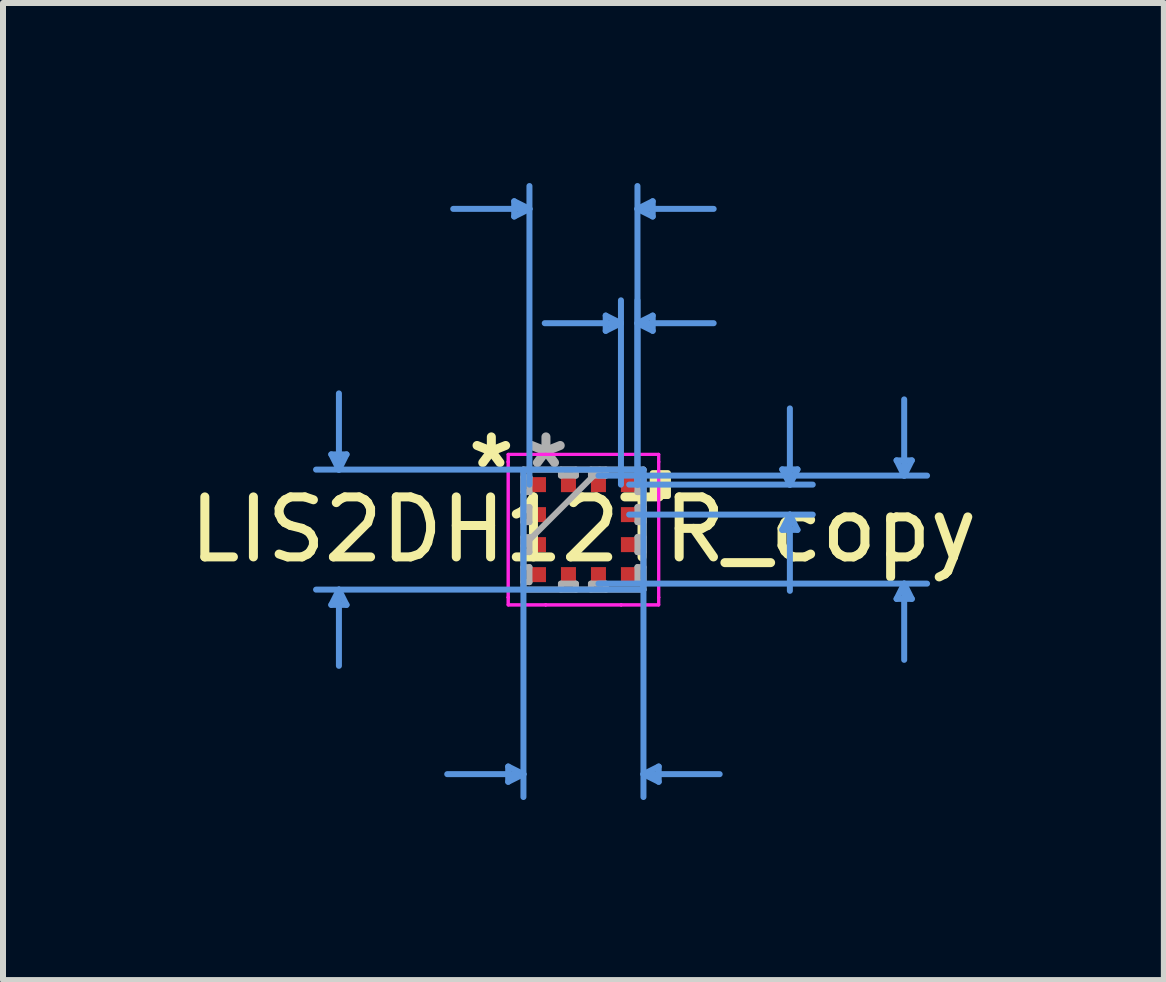
<source format=kicad_pcb>
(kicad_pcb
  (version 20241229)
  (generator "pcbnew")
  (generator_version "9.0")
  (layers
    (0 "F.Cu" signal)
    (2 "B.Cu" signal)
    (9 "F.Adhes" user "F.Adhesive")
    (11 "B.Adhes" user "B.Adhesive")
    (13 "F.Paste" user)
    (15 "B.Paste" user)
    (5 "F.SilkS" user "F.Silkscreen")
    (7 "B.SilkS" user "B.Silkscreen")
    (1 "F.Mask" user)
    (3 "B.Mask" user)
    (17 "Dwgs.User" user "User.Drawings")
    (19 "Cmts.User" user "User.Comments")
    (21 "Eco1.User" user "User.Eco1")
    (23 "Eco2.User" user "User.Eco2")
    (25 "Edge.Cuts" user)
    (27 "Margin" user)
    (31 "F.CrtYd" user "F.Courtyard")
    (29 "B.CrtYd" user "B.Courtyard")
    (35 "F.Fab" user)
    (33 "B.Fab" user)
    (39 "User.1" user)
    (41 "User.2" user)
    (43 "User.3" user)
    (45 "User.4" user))
  (footprint "LIS2DH12TR_copy"
    (layer "F.Cu")
    (at 6.673 5.776)
    (property "Reference" "LIS2DH12TR_copy" (at 0 0 0) (layer "F.SilkS") (effects (font (size 1 1) (thickness 0.15))))
    (attr through_hole)
    (fp_poly (pts (xy 1.408 -0.941) (xy 1.408 -0.56) (xy 1.154 -0.56) (xy 1.154 -0.941)) (stroke (width 0.1) (type solid)) (fill yes) (layer "F.SilkS"))
    (fp_line (start -4.202 -1.254) (end -3.948 -1.254) (stroke (width 0.1) (type solid)) (layer "Cmts.User"))
    (fp_line (start -4.202 1.254) (end -3.948 1.254) (stroke (width 0.1) (type solid)) (layer "Cmts.User"))
    (fp_line (start -4.075 -1) (end -4.202 -1.254) (stroke (width 0.1) (type solid)) (layer "Cmts.User"))
    (fp_line (start -4.075 -1) (end -4.075 -2.27) (stroke (width 0.1) (type solid)) (layer "Cmts.User"))
    (fp_line (start -4.075 -1) (end -3.948 -1.254) (stroke (width 0.1) (type solid)) (layer "Cmts.User"))
    (fp_line (start -4.075 1) (end -4.202 1.254) (stroke (width 0.1) (type solid)) (layer "Cmts.User"))
    (fp_line (start -4.075 1) (end -4.075 2.27) (stroke (width 0.1) (type solid)) (layer "Cmts.User"))
    (fp_line (start -4.075 1) (end -3.948 1.254) (stroke (width 0.1) (type solid)) (layer "Cmts.User"))
    (fp_line (start -1.254 3.948) (end -1.254 4.202) (stroke (width 0.1) (type solid)) (layer "Cmts.User"))
    (fp_line (start -1.154 -5.472) (end -1.154 -5.218) (stroke (width 0.1) (type solid)) (layer "Cmts.User"))
    (fp_line (start -1 -1) (end -1 4.456) (stroke (width 0.1) (type solid)) (layer "Cmts.User"))
    (fp_line (start -1 4.075) (end -2.27 4.075) (stroke (width 0.1) (type solid)) (layer "Cmts.User"))
    (fp_line (start -1 4.075) (end -1.254 3.948) (stroke (width 0.1) (type solid)) (layer "Cmts.User"))
    (fp_line (start -1 4.075) (end -1.254 4.202) (stroke (width 0.1) (type solid)) (layer "Cmts.User"))
    (fp_line (start -0.9 -5.345) (end -2.17 -5.345) (stroke (width 0.1) (type solid)) (layer "Cmts.User"))
    (fp_line (start -0.9 -5.345) (end -1.154 -5.472) (stroke (width 0.1) (type solid)) (layer "Cmts.User"))
    (fp_line (start -0.9 -5.345) (end -1.154 -5.218) (stroke (width 0.1) (type solid)) (layer "Cmts.User"))
    (fp_line (start -0.9 -0.75) (end -0.9 -5.726) (stroke (width 0.1) (type solid)) (layer "Cmts.User"))
    (fp_line (start 0.25 -0.9) (end 5.726 -0.9) (stroke (width 0.1) (type solid)) (layer "Cmts.User"))
    (fp_line (start 0.25 0.9) (end 5.726 0.9) (stroke (width 0.1) (type solid)) (layer "Cmts.User"))
    (fp_line (start 0.371 -3.567) (end 0.371 -3.313) (stroke (width 0.1) (type solid)) (layer "Cmts.User"))
    (fp_line (start 0.625 -3.44) (end -0.645 -3.44) (stroke (width 0.1) (type solid)) (layer "Cmts.User"))
    (fp_line (start 0.625 -3.44) (end 0.371 -3.567) (stroke (width 0.1) (type solid)) (layer "Cmts.User"))
    (fp_line (start 0.625 -3.44) (end 0.371 -3.313) (stroke (width 0.1) (type solid)) (layer "Cmts.User"))
    (fp_line (start 0.625 -0.75) (end 0.625 -3.821) (stroke (width 0.1) (type solid)) (layer "Cmts.User"))
    (fp_line (start 0.762 -0.75) (end 3.821 -0.75) (stroke (width 0.1) (type solid)) (layer "Cmts.User"))
    (fp_line (start 0.762 -0.25) (end 3.821 -0.25) (stroke (width 0.1) (type solid)) (layer "Cmts.User"))
    (fp_line (start 0.9 -5.345) (end 1.154 -5.472) (stroke (width 0.1) (type solid)) (layer "Cmts.User"))
    (fp_line (start 0.9 -5.345) (end 1.154 -5.218) (stroke (width 0.1) (type solid)) (layer "Cmts.User"))
    (fp_line (start 0.9 -5.345) (end 2.17 -5.345) (stroke (width 0.1) (type solid)) (layer "Cmts.User"))
    (fp_line (start 0.9 -3.44) (end 1.154 -3.567) (stroke (width 0.1) (type solid)) (layer "Cmts.User"))
    (fp_line (start 0.9 -3.44) (end 1.154 -3.313) (stroke (width 0.1) (type solid)) (layer "Cmts.User"))
    (fp_line (start 0.9 -3.44) (end 2.17 -3.44) (stroke (width 0.1) (type solid)) (layer "Cmts.User"))
    (fp_line (start 0.9 -0.75) (end 0.9 -5.726) (stroke (width 0.1) (type solid)) (layer "Cmts.User"))
    (fp_line (start 0.9 -0.75) (end 0.9 -3.821) (stroke (width 0.1) (type solid)) (layer "Cmts.User"))
    (fp_line (start 1 -1) (end -4.456 -1) (stroke (width 0.1) (type solid)) (layer "Cmts.User"))
    (fp_line (start 1 -1) (end 1 4.456) (stroke (width 0.1) (type solid)) (layer "Cmts.User"))
    (fp_line (start 1 1) (end -4.456 1) (stroke (width 0.1) (type solid)) (layer "Cmts.User"))
    (fp_line (start 1 4.075) (end 1.254 3.948) (stroke (width 0.1) (type solid)) (layer "Cmts.User"))
    (fp_line (start 1 4.075) (end 1.254 4.202) (stroke (width 0.1) (type solid)) (layer "Cmts.User"))
    (fp_line (start 1 4.075) (end 2.27 4.075) (stroke (width 0.1) (type solid)) (layer "Cmts.User"))
    (fp_line (start 1.154 -5.472) (end 1.154 -5.218) (stroke (width 0.1) (type solid)) (layer "Cmts.User"))
    (fp_line (start 1.154 -3.567) (end 1.154 -3.313) (stroke (width 0.1) (type solid)) (layer "Cmts.User"))
    (fp_line (start 1.254 3.948) (end 1.254 4.202) (stroke (width 0.1) (type solid)) (layer "Cmts.User"))
    (fp_line (start 3.313 -1.004) (end 3.567 -1.004) (stroke (width 0.1) (type solid)) (layer "Cmts.User"))
    (fp_line (start 3.313 0.004) (end 3.567 0.004) (stroke (width 0.1) (type solid)) (layer "Cmts.User"))
    (fp_line (start 3.44 -0.75) (end 3.313 -1.004) (stroke (width 0.1) (type solid)) (layer "Cmts.User"))
    (fp_line (start 3.44 -0.75) (end 3.44 -2.02) (stroke (width 0.1) (type solid)) (layer "Cmts.User"))
    (fp_line (start 3.44 -0.75) (end 3.567 -1.004) (stroke (width 0.1) (type solid)) (layer "Cmts.User"))
    (fp_line (start 3.44 -0.25) (end 3.313 0.004) (stroke (width 0.1) (type solid)) (layer "Cmts.User"))
    (fp_line (start 3.44 -0.25) (end 3.44 1.02) (stroke (width 0.1) (type solid)) (layer "Cmts.User"))
    (fp_line (start 3.44 -0.25) (end 3.567 0.004) (stroke (width 0.1) (type solid)) (layer "Cmts.User"))
    (fp_line (start 5.218 -1.154) (end 5.472 -1.154) (stroke (width 0.1) (type solid)) (layer "Cmts.User"))
    (fp_line (start 5.218 1.154) (end 5.472 1.154) (stroke (width 0.1) (type solid)) (layer "Cmts.User"))
    (fp_line (start 5.345 -0.9) (end 5.218 -1.154) (stroke (width 0.1) (type solid)) (layer "Cmts.User"))
    (fp_line (start 5.345 -0.9) (end 5.345 -2.17) (stroke (width 0.1) (type solid)) (layer "Cmts.User"))
    (fp_line (start 5.345 -0.9) (end 5.472 -1.154) (stroke (width 0.1) (type solid)) (layer "Cmts.User"))
    (fp_line (start 5.345 0.9) (end 5.218 1.154) (stroke (width 0.1) (type solid)) (layer "Cmts.User"))
    (fp_line (start 5.345 0.9) (end 5.345 2.17) (stroke (width 0.1) (type solid)) (layer "Cmts.User"))
    (fp_line (start 5.345 0.9) (end 5.472 1.154) (stroke (width 0.1) (type solid)) (layer "Cmts.User"))
    (fp_line (start -1.254 -1.254) (end -0.629 -1.254) (stroke (width 0.05) (type solid)) (layer "F.CrtYd"))
    (fp_line (start -1.254 -1.254) (end -0.629 -1.254) (stroke (width 0.05) (type solid)) (layer "F.CrtYd"))
    (fp_line (start -1.254 -1.129) (end -1.254 -1.254) (stroke (width 0.05) (type solid)) (layer "F.CrtYd"))
    (fp_line (start -1.254 -1.129) (end -1.254 -1.254) (stroke (width 0.05) (type solid)) (layer "F.CrtYd"))
    (fp_line (start -1.254 -1.129) (end -1.254 -1.129) (stroke (width 0.05) (type solid)) (layer "F.CrtYd"))
    (fp_line (start -1.254 -1.129) (end -1.254 -1.129) (stroke (width 0.05) (type solid)) (layer "F.CrtYd"))
    (fp_line (start -1.254 1.129) (end -1.254 -1.129) (stroke (width 0.05) (type solid)) (layer "F.CrtYd"))
    (fp_line (start -1.254 1.129) (end -1.254 -1.129) (stroke (width 0.05) (type solid)) (layer "F.CrtYd"))
    (fp_line (start -1.254 1.129) (end -1.254 1.129) (stroke (width 0.05) (type solid)) (layer "F.CrtYd"))
    (fp_line (start -1.254 1.129) (end -1.254 1.129) (stroke (width 0.05) (type solid)) (layer "F.CrtYd"))
    (fp_line (start -1.254 1.254) (end -1.254 1.129) (stroke (width 0.05) (type solid)) (layer "F.CrtYd"))
    (fp_line (start -1.254 1.254) (end -1.254 1.129) (stroke (width 0.05) (type solid)) (layer "F.CrtYd"))
    (fp_line (start -0.629 -1.254) (end -0.629 -1.254) (stroke (width 0.05) (type solid)) (layer "F.CrtYd"))
    (fp_line (start -0.629 -1.254) (end -0.629 -1.254) (stroke (width 0.05) (type solid)) (layer "F.CrtYd"))
    (fp_line (start -0.629 -1.254) (end 0.629 -1.254) (stroke (width 0.05) (type solid)) (layer "F.CrtYd"))
    (fp_line (start -0.629 -1.254) (end 0.629 -1.254) (stroke (width 0.05) (type solid)) (layer "F.CrtYd"))
    (fp_line (start -0.629 1.254) (end -1.254 1.254) (stroke (width 0.05) (type solid)) (layer "F.CrtYd"))
    (fp_line (start -0.629 1.254) (end -1.254 1.254) (stroke (width 0.05) (type solid)) (layer "F.CrtYd"))
    (fp_line (start -0.629 1.254) (end -0.629 1.254) (stroke (width 0.05) (type solid)) (layer "F.CrtYd"))
    (fp_line (start -0.629 1.254) (end -0.629 1.254) (stroke (width 0.05) (type solid)) (layer "F.CrtYd"))
    (fp_line (start 0.629 -1.254) (end 0.629 -1.254) (stroke (width 0.05) (type solid)) (layer "F.CrtYd"))
    (fp_line (start 0.629 -1.254) (end 0.629 -1.254) (stroke (width 0.05) (type solid)) (layer "F.CrtYd"))
    (fp_line (start 0.629 -1.254) (end 1.254 -1.254) (stroke (width 0.05) (type solid)) (layer "F.CrtYd"))
    (fp_line (start 0.629 -1.254) (end 1.254 -1.254) (stroke (width 0.05) (type solid)) (layer "F.CrtYd"))
    (fp_line (start 0.629 1.254) (end -0.629 1.254) (stroke (width 0.05) (type solid)) (layer "F.CrtYd"))
    (fp_line (start 0.629 1.254) (end -0.629 1.254) (stroke (width 0.05) (type solid)) (layer "F.CrtYd"))
    (fp_line (start 0.629 1.254) (end 0.629 1.254) (stroke (width 0.05) (type solid)) (layer "F.CrtYd"))
    (fp_line (start 0.629 1.254) (end 0.629 1.254) (stroke (width 0.05) (type solid)) (layer "F.CrtYd"))
    (fp_line (start 1.254 -1.254) (end 1.254 -1.129) (stroke (width 0.05) (type solid)) (layer "F.CrtYd"))
    (fp_line (start 1.254 -1.254) (end 1.254 -1.129) (stroke (width 0.05) (type solid)) (layer "F.CrtYd"))
    (fp_line (start 1.254 -1.129) (end 1.254 -1.129) (stroke (width 0.05) (type solid)) (layer "F.CrtYd"))
    (fp_line (start 1.254 -1.129) (end 1.254 -1.129) (stroke (width 0.05) (type solid)) (layer "F.CrtYd"))
    (fp_line (start 1.254 -1.129) (end 1.254 1.129) (stroke (width 0.05) (type solid)) (layer "F.CrtYd"))
    (fp_line (start 1.254 -1.129) (end 1.254 1.129) (stroke (width 0.05) (type solid)) (layer "F.CrtYd"))
    (fp_line (start 1.254 1.129) (end 1.254 1.129) (stroke (width 0.05) (type solid)) (layer "F.CrtYd"))
    (fp_line (start 1.254 1.129) (end 1.254 1.129) (stroke (width 0.05) (type solid)) (layer "F.CrtYd"))
    (fp_line (start 1.254 1.129) (end 1.254 1.254) (stroke (width 0.05) (type solid)) (layer "F.CrtYd"))
    (fp_line (start 1.254 1.129) (end 1.254 1.254) (stroke (width 0.05) (type solid)) (layer "F.CrtYd"))
    (fp_line (start 1.254 1.254) (end 0.629 1.254) (stroke (width 0.05) (type solid)) (layer "F.CrtYd"))
    (fp_line (start 1.254 1.254) (end 0.629 1.254) (stroke (width 0.05) (type solid)) (layer "F.CrtYd"))
    (fp_line (start -1 -1) (end -1 -1) (stroke (width 0.1) (type solid)) (layer "F.Fab"))
    (fp_line (start -1 -1) (end -1 1) (stroke (width 0.1) (type solid)) (layer "F.Fab"))
    (fp_line (start -1 -0.875) (end -0.9 -0.875) (stroke (width 0.1) (type solid)) (layer "F.Fab"))
    (fp_line (start -1 -0.625) (end -1 -0.875) (stroke (width 0.1) (type solid)) (layer "F.Fab"))
    (fp_line (start -1 -0.375) (end -0.9 -0.375) (stroke (width 0.1) (type solid)) (layer "F.Fab"))
    (fp_line (start -1 -0.125) (end -1 -0.375) (stroke (width 0.1) (type solid)) (layer "F.Fab"))
    (fp_line (start -1 0.125) (end -0.9 0.125) (stroke (width 0.1) (type solid)) (layer "F.Fab"))
    (fp_line (start -1 0.27) (end 0.27 -1) (stroke (width 0.1) (type solid)) (layer "F.Fab"))
    (fp_line (start -1 0.375) (end -1 0.125) (stroke (width 0.1) (type solid)) (layer "F.Fab"))
    (fp_line (start -1 0.625) (end -0.9 0.625) (stroke (width 0.1) (type solid)) (layer "F.Fab"))
    (fp_line (start -1 0.875) (end -1 0.625) (stroke (width 0.1) (type solid)) (layer "F.Fab"))
    (fp_line (start -1 1) (end -1 1) (stroke (width 0.1) (type solid)) (layer "F.Fab"))
    (fp_line (start -1 1) (end 1 1) (stroke (width 0.1) (type solid)) (layer "F.Fab"))
    (fp_line (start -0.9 -0.875) (end -0.9 -0.625) (stroke (width 0.1) (type solid)) (layer "F.Fab"))
    (fp_line (start -0.9 -0.625) (end -1 -0.625) (stroke (width 0.1) (type solid)) (layer "F.Fab"))
    (fp_line (start -0.9 -0.375) (end -0.9 -0.125) (stroke (width 0.1) (type solid)) (layer "F.Fab"))
    (fp_line (start -0.9 -0.125) (end -1 -0.125) (stroke (width 0.1) (type solid)) (layer "F.Fab"))
    (fp_line (start -0.9 0.125) (end -0.9 0.375) (stroke (width 0.1) (type solid)) (layer "F.Fab"))
    (fp_line (start -0.9 0.375) (end -1 0.375) (stroke (width 0.1) (type solid)) (layer "F.Fab"))
    (fp_line (start -0.9 0.625) (end -0.9 0.875) (stroke (width 0.1) (type solid)) (layer "F.Fab"))
    (fp_line (start -0.9 0.875) (end -1 0.875) (stroke (width 0.1) (type solid)) (layer "F.Fab"))
    (fp_line (start -0.375 -1) (end -0.125 -1) (stroke (width 0.1) (type solid)) (layer "F.Fab"))
    (fp_line (start -0.375 -0.9) (end -0.375 -1) (stroke (width 0.1) (type solid)) (layer "F.Fab"))
    (fp_line (start -0.375 0.9) (end -0.125 0.9) (stroke (width 0.1) (type solid)) (layer "F.Fab"))
    (fp_line (start -0.375 1) (end -0.375 0.9) (stroke (width 0.1) (type solid)) (layer "F.Fab"))
    (fp_line (start -0.125 -1) (end -0.125 -0.9) (stroke (width 0.1) (type solid)) (layer "F.Fab"))
    (fp_line (start -0.125 -0.9) (end -0.375 -0.9) (stroke (width 0.1) (type solid)) (layer "F.Fab"))
    (fp_line (start -0.125 0.9) (end -0.125 1) (stroke (width 0.1) (type solid)) (layer "F.Fab"))
    (fp_line (start -0.125 1) (end -0.375 1) (stroke (width 0.1) (type solid)) (layer "F.Fab"))
    (fp_line (start 0.125 -1) (end 0.375 -1) (stroke (width 0.1) (type solid)) (layer "F.Fab"))
    (fp_line (start 0.125 -0.9) (end 0.125 -1) (stroke (width 0.1) (type solid)) (layer "F.Fab"))
    (fp_line (start 0.125 0.9) (end 0.375 0.9) (stroke (width 0.1) (type solid)) (layer "F.Fab"))
    (fp_line (start 0.125 1) (end 0.125 0.9) (stroke (width 0.1) (type solid)) (layer "F.Fab"))
    (fp_line (start 0.375 -1) (end 0.375 -0.9) (stroke (width 0.1) (type solid)) (layer "F.Fab"))
    (fp_line (start 0.375 -0.9) (end 0.125 -0.9) (stroke (width 0.1) (type solid)) (layer "F.Fab"))
    (fp_line (start 0.375 0.9) (end 0.375 1) (stroke (width 0.1) (type solid)) (layer "F.Fab"))
    (fp_line (start 0.375 1) (end 0.125 1) (stroke (width 0.1) (type solid)) (layer "F.Fab"))
    (fp_line (start 0.9 -0.875) (end 1 -0.875) (stroke (width 0.1) (type solid)) (layer "F.Fab"))
    (fp_line (start 0.9 -0.625) (end 0.9 -0.875) (stroke (width 0.1) (type solid)) (layer "F.Fab"))
    (fp_line (start 0.9 -0.375) (end 1 -0.375) (stroke (width 0.1) (type solid)) (layer "F.Fab"))
    (fp_line (start 0.9 -0.125) (end 0.9 -0.375) (stroke (width 0.1) (type solid)) (layer "F.Fab"))
    (fp_line (start 0.9 0.125) (end 1 0.125) (stroke (width 0.1) (type solid)) (layer "F.Fab"))
    (fp_line (start 0.9 0.375) (end 0.9 0.125) (stroke (width 0.1) (type solid)) (layer "F.Fab"))
    (fp_line (start 0.9 0.625) (end 1 0.625) (stroke (width 0.1) (type solid)) (layer "F.Fab"))
    (fp_line (start 0.9 0.875) (end 0.9 0.625) (stroke (width 0.1) (type solid)) (layer "F.Fab"))
    (fp_line (start 1 -1) (end -1 -1) (stroke (width 0.1) (type solid)) (layer "F.Fab"))
    (fp_line (start 1 -1) (end 1 -1) (stroke (width 0.1) (type solid)) (layer "F.Fab"))
    (fp_line (start 1 -0.875) (end 1 -0.625) (stroke (width 0.1) (type solid)) (layer "F.Fab"))
    (fp_line (start 1 -0.625) (end 0.9 -0.625) (stroke (width 0.1) (type solid)) (layer "F.Fab"))
    (fp_line (start 1 -0.375) (end 1 -0.125) (stroke (width 0.1) (type solid)) (layer "F.Fab"))
    (fp_line (start 1 -0.125) (end 0.9 -0.125) (stroke (width 0.1) (type solid)) (layer "F.Fab"))
    (fp_line (start 1 0.125) (end 1 0.375) (stroke (width 0.1) (type solid)) (layer "F.Fab"))
    (fp_line (start 1 0.375) (end 0.9 0.375) (stroke (width 0.1) (type solid)) (layer "F.Fab"))
    (fp_line (start 1 0.625) (end 1 0.875) (stroke (width 0.1) (type solid)) (layer "F.Fab"))
    (fp_line (start 1 0.875) (end 0.9 0.875) (stroke (width 0.1) (type solid)) (layer "F.Fab"))
    (fp_line (start 1 1) (end 1 -1) (stroke (width 0.1) (type solid)) (layer "F.Fab"))
    (fp_line (start 1 1) (end 1 1) (stroke (width 0.1) (type solid)) (layer "F.Fab"))
    (fp_text user "*" (at -1.535 -1 0) (layer "F.SilkS") (effects (font (size 1 1) (thickness 0.15))))
    (fp_text user "*" (at -0.625 -1 0) (layer "F.Fab") (effects (font (size 1 1) (thickness 0.15))))
    (pad "1" smd rect (at -0.762 -0.75 90) (size 0.25 0.275) (layers "F.Cu" "F.Mask" "F.Paste"))
    (pad "2" smd rect (at -0.762 -0.25 90) (size 0.25 0.275) (layers "F.Cu" "F.Mask" "F.Paste"))
    (pad "3" smd rect (at -0.762 0.25 90) (size 0.25 0.275) (layers "F.Cu" "F.Mask" "F.Paste"))
    (pad "4" smd rect (at -0.762 0.75 90) (size 0.25 0.275) (layers "F.Cu" "F.Mask" "F.Paste"))
    (pad "5" smd rect (at -0.25 0.762) (size 0.25 0.275) (layers "F.Cu" "F.Mask" "F.Paste"))
    (pad "6" smd rect (at 0.25 0.762) (size 0.25 0.275) (layers "F.Cu" "F.Mask" "F.Paste"))
    (pad "7" smd rect (at 0.762 0.75 90) (size 0.25 0.275) (layers "F.Cu" "F.Mask" "F.Paste"))
    (pad "8" smd rect (at 0.762 0.25 90) (size 0.25 0.275) (layers "F.Cu" "F.Mask" "F.Paste"))
    (pad "9" smd rect (at 0.762 -0.25 90) (size 0.25 0.275) (layers "F.Cu" "F.Mask" "F.Paste"))
    (pad "10" smd rect (at 0.762 -0.75 90) (size 0.25 0.275) (layers "F.Cu" "F.Mask" "F.Paste"))
    (pad "11" smd rect (at 0.25 -0.762) (size 0.25 0.275) (layers "F.Cu" "F.Mask" "F.Paste"))
    (pad "12" smd rect (at -0.25 -0.762) (size 0.25 0.275) (layers "F.Cu" "F.Mask" "F.Paste")))
  (gr_rect
    (start -3 -3)
    (end 16.345 13.282)
    (stroke (width 0.1) (type default))
    (fill no)
    (layer "Edge.Cuts")))
</source>
